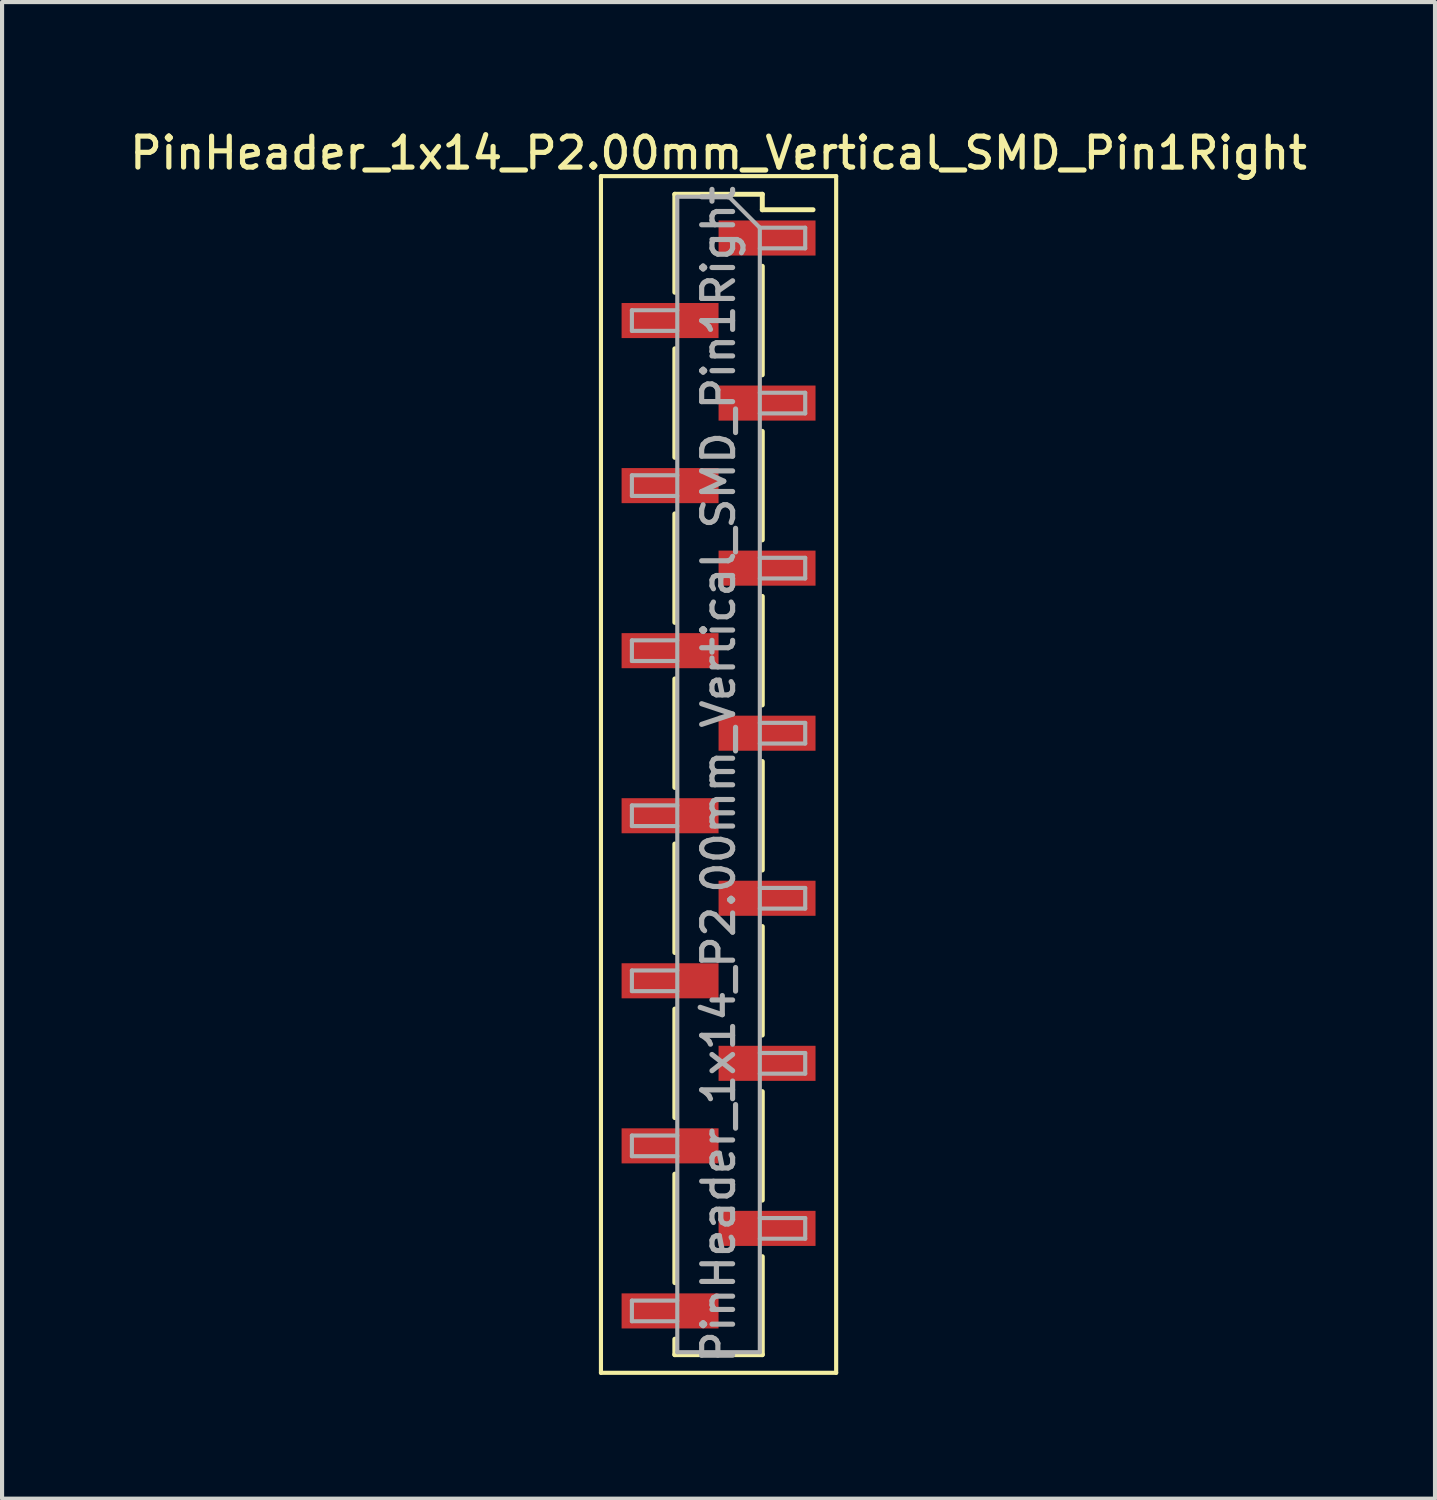
<source format=kicad_pcb>
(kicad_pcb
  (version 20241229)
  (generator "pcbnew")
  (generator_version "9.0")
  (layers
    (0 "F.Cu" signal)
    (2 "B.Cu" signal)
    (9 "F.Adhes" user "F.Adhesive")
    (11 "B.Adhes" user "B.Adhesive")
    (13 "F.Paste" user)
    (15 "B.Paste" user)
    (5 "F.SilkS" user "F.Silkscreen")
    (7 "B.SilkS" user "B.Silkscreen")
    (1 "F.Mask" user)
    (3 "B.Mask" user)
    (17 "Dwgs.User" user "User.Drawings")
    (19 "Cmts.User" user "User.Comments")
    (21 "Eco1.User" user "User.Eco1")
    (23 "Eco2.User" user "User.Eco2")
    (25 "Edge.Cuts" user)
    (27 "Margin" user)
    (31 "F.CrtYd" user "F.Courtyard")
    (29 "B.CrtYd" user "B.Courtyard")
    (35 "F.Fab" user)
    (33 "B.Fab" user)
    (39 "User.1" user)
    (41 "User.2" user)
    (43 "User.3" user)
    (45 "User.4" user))
  (footprint "PinHeader_1x14_P2.00mm_Vertical_SMD_Pin1Right"
    (layer "F.Cu")
    (at 14.363 15.718)
    (property "Reference" "PinHeader_1x14_P2.00mm_Vertical_SMD_Pin1Right" (at 0 -15.06 0) (layer "F.SilkS") (effects (font (size 0.75 0.75) (thickness 0.125))))
    (attr smd)
    (fp_line (start -2.85 -14.5) (end -2.85 14.5) (stroke (width 0.1) (type solid)) (layer "F.SilkS"))
    (fp_line (start -2.85 14.5) (end 2.85 14.5) (stroke (width 0.1) (type solid)) (layer "F.SilkS"))
    (fp_line (start -1.06 -14.06) (end -1.06 -11.685) (stroke (width 0.12) (type solid)) (layer "F.SilkS"))
    (fp_line (start -1.06 -14.06) (end 1.06 -14.06) (stroke (width 0.12) (type solid)) (layer "F.SilkS"))
    (fp_line (start -1.06 -10.315) (end -1.06 -7.685) (stroke (width 0.12) (type solid)) (layer "F.SilkS"))
    (fp_line (start -1.06 -6.315) (end -1.06 -3.685) (stroke (width 0.12) (type solid)) (layer "F.SilkS"))
    (fp_line (start -1.06 -2.315) (end -1.06 0.315) (stroke (width 0.12) (type solid)) (layer "F.SilkS"))
    (fp_line (start -1.06 1.685) (end -1.06 4.315) (stroke (width 0.12) (type solid)) (layer "F.SilkS"))
    (fp_line (start -1.06 5.685) (end -1.06 8.315) (stroke (width 0.12) (type solid)) (layer "F.SilkS"))
    (fp_line (start -1.06 9.685) (end -1.06 12.315) (stroke (width 0.12) (type solid)) (layer "F.SilkS"))
    (fp_line (start -1.06 13.685) (end -1.06 14.06) (stroke (width 0.12) (type solid)) (layer "F.SilkS"))
    (fp_line (start -1.06 14.06) (end 1.06 14.06) (stroke (width 0.12) (type solid)) (layer "F.SilkS"))
    (fp_line (start 1.06 -14.06) (end 1.06 -13.685) (stroke (width 0.12) (type solid)) (layer "F.SilkS"))
    (fp_line (start 1.06 -13.685) (end 2.29 -13.685) (stroke (width 0.12) (type solid)) (layer "F.SilkS"))
    (fp_line (start 1.06 -12.315) (end 1.06 -9.685) (stroke (width 0.12) (type solid)) (layer "F.SilkS"))
    (fp_line (start 1.06 -8.315) (end 1.06 -5.685) (stroke (width 0.12) (type solid)) (layer "F.SilkS"))
    (fp_line (start 1.06 -4.315) (end 1.06 -1.685) (stroke (width 0.12) (type solid)) (layer "F.SilkS"))
    (fp_line (start 1.06 -0.315) (end 1.06 2.315) (stroke (width 0.12) (type solid)) (layer "F.SilkS"))
    (fp_line (start 1.06 3.685) (end 1.06 6.315) (stroke (width 0.12) (type solid)) (layer "F.SilkS"))
    (fp_line (start 1.06 7.685) (end 1.06 10.315) (stroke (width 0.12) (type solid)) (layer "F.SilkS"))
    (fp_line (start 1.06 11.685) (end 1.06 14.06) (stroke (width 0.12) (type solid)) (layer "F.SilkS"))
    (fp_line (start 2.85 -14.5) (end -2.85 -14.5) (stroke (width 0.1) (type solid)) (layer "F.SilkS"))
    (fp_line (start 2.85 14.5) (end 2.85 -14.5) (stroke (width 0.1) (type solid)) (layer "F.SilkS"))
    (fp_line (start -2.1 -11.25) (end -2.1 -10.75) (stroke (width 0.1) (type solid)) (layer "F.Fab"))
    (fp_line (start -2.1 -10.75) (end -1 -10.75) (stroke (width 0.1) (type solid)) (layer "F.Fab"))
    (fp_line (start -2.1 -7.25) (end -2.1 -6.75) (stroke (width 0.1) (type solid)) (layer "F.Fab"))
    (fp_line (start -2.1 -6.75) (end -1 -6.75) (stroke (width 0.1) (type solid)) (layer "F.Fab"))
    (fp_line (start -2.1 -3.25) (end -2.1 -2.75) (stroke (width 0.1) (type solid)) (layer "F.Fab"))
    (fp_line (start -2.1 -2.75) (end -1 -2.75) (stroke (width 0.1) (type solid)) (layer "F.Fab"))
    (fp_line (start -2.1 0.75) (end -2.1 1.25) (stroke (width 0.1) (type solid)) (layer "F.Fab"))
    (fp_line (start -2.1 1.25) (end -1 1.25) (stroke (width 0.1) (type solid)) (layer "F.Fab"))
    (fp_line (start -2.1 4.75) (end -2.1 5.25) (stroke (width 0.1) (type solid)) (layer "F.Fab"))
    (fp_line (start -2.1 5.25) (end -1 5.25) (stroke (width 0.1) (type solid)) (layer "F.Fab"))
    (fp_line (start -2.1 8.75) (end -2.1 9.25) (stroke (width 0.1) (type solid)) (layer "F.Fab"))
    (fp_line (start -2.1 9.25) (end -1 9.25) (stroke (width 0.1) (type solid)) (layer "F.Fab"))
    (fp_line (start -2.1 12.75) (end -2.1 13.25) (stroke (width 0.1) (type solid)) (layer "F.Fab"))
    (fp_line (start -2.1 13.25) (end -1 13.25) (stroke (width 0.1) (type solid)) (layer "F.Fab"))
    (fp_line (start -1 -14) (end -1 14) (stroke (width 0.1) (type solid)) (layer "F.Fab"))
    (fp_line (start -1 -14) (end 0.25 -14) (stroke (width 0.1) (type solid)) (layer "F.Fab"))
    (fp_line (start -1 -11.25) (end -2.1 -11.25) (stroke (width 0.1) (type solid)) (layer "F.Fab"))
    (fp_line (start -1 -7.25) (end -2.1 -7.25) (stroke (width 0.1) (type solid)) (layer "F.Fab"))
    (fp_line (start -1 -3.25) (end -2.1 -3.25) (stroke (width 0.1) (type solid)) (layer "F.Fab"))
    (fp_line (start -1 0.75) (end -2.1 0.75) (stroke (width 0.1) (type solid)) (layer "F.Fab"))
    (fp_line (start -1 4.75) (end -2.1 4.75) (stroke (width 0.1) (type solid)) (layer "F.Fab"))
    (fp_line (start -1 8.75) (end -2.1 8.75) (stroke (width 0.1) (type solid)) (layer "F.Fab"))
    (fp_line (start -1 12.75) (end -2.1 12.75) (stroke (width 0.1) (type solid)) (layer "F.Fab"))
    (fp_line (start 1 -13.25) (end 0.25 -14) (stroke (width 0.1) (type solid)) (layer "F.Fab"))
    (fp_line (start 1 -13.25) (end 2.1 -13.25) (stroke (width 0.1) (type solid)) (layer "F.Fab"))
    (fp_line (start 1 -9.25) (end 2.1 -9.25) (stroke (width 0.1) (type solid)) (layer "F.Fab"))
    (fp_line (start 1 -5.25) (end 2.1 -5.25) (stroke (width 0.1) (type solid)) (layer "F.Fab"))
    (fp_line (start 1 -1.25) (end 2.1 -1.25) (stroke (width 0.1) (type solid)) (layer "F.Fab"))
    (fp_line (start 1 2.75) (end 2.1 2.75) (stroke (width 0.1) (type solid)) (layer "F.Fab"))
    (fp_line (start 1 6.75) (end 2.1 6.75) (stroke (width 0.1) (type solid)) (layer "F.Fab"))
    (fp_line (start 1 10.75) (end 2.1 10.75) (stroke (width 0.1) (type solid)) (layer "F.Fab"))
    (fp_line (start 1 14) (end -1 14) (stroke (width 0.1) (type solid)) (layer "F.Fab"))
    (fp_line (start 1 14) (end 1 -13.25) (stroke (width 0.1) (type solid)) (layer "F.Fab"))
    (fp_line (start 2.1 -13.25) (end 2.1 -12.75) (stroke (width 0.1) (type solid)) (layer "F.Fab"))
    (fp_line (start 2.1 -12.75) (end 1 -12.75) (stroke (width 0.1) (type solid)) (layer "F.Fab"))
    (fp_line (start 2.1 -9.25) (end 2.1 -8.75) (stroke (width 0.1) (type solid)) (layer "F.Fab"))
    (fp_line (start 2.1 -8.75) (end 1 -8.75) (stroke (width 0.1) (type solid)) (layer "F.Fab"))
    (fp_line (start 2.1 -5.25) (end 2.1 -4.75) (stroke (width 0.1) (type solid)) (layer "F.Fab"))
    (fp_line (start 2.1 -4.75) (end 1 -4.75) (stroke (width 0.1) (type solid)) (layer "F.Fab"))
    (fp_line (start 2.1 -1.25) (end 2.1 -0.75) (stroke (width 0.1) (type solid)) (layer "F.Fab"))
    (fp_line (start 2.1 -0.75) (end 1 -0.75) (stroke (width 0.1) (type solid)) (layer "F.Fab"))
    (fp_line (start 2.1 2.75) (end 2.1 3.25) (stroke (width 0.1) (type solid)) (layer "F.Fab"))
    (fp_line (start 2.1 3.25) (end 1 3.25) (stroke (width 0.1) (type solid)) (layer "F.Fab"))
    (fp_line (start 2.1 6.75) (end 2.1 7.25) (stroke (width 0.1) (type solid)) (layer "F.Fab"))
    (fp_line (start 2.1 7.25) (end 1 7.25) (stroke (width 0.1) (type solid)) (layer "F.Fab"))
    (fp_line (start 2.1 10.75) (end 2.1 11.25) (stroke (width 0.1) (type solid)) (layer "F.Fab"))
    (fp_line (start 2.1 11.25) (end 1 11.25) (stroke (width 0.1) (type solid)) (layer "F.Fab"))
    (fp_text user "${REFERENCE}" (at 0 0 90) (layer "F.Fab") (effects (font (size 0.75 0.75) (thickness 0.125))))
    (pad "1" smd rect (at 1.175 -13) (size 2.35 0.85) (layers "F.Cu" "F.Mask" "F.Paste"))
    (pad "2" smd rect (at -1.175 -11) (size 2.35 0.85) (layers "F.Cu" "F.Mask" "F.Paste"))
    (pad "3" smd rect (at 1.175 -9) (size 2.35 0.85) (layers "F.Cu" "F.Mask" "F.Paste"))
    (pad "4" smd rect (at -1.175 -7) (size 2.35 0.85) (layers "F.Cu" "F.Mask" "F.Paste"))
    (pad "5" smd rect (at 1.175 -5) (size 2.35 0.85) (layers "F.Cu" "F.Mask" "F.Paste"))
    (pad "6" smd rect (at -1.175 -3) (size 2.35 0.85) (layers "F.Cu" "F.Mask" "F.Paste"))
    (pad "7" smd rect (at 1.175 -1) (size 2.35 0.85) (layers "F.Cu" "F.Mask" "F.Paste"))
    (pad "8" smd rect (at -1.175 1) (size 2.35 0.85) (layers "F.Cu" "F.Mask" "F.Paste"))
    (pad "9" smd rect (at 1.175 3) (size 2.35 0.85) (layers "F.Cu" "F.Mask" "F.Paste"))
    (pad "10" smd rect (at -1.175 5) (size 2.35 0.85) (layers "F.Cu" "F.Mask" "F.Paste"))
    (pad "11" smd rect (at 1.175 7) (size 2.35 0.85) (layers "F.Cu" "F.Mask" "F.Paste"))
    (pad "12" smd rect (at -1.175 9) (size 2.35 0.85) (layers "F.Cu" "F.Mask" "F.Paste"))
    (pad "13" smd rect (at 1.175 11) (size 2.35 0.85) (layers "F.Cu" "F.Mask" "F.Paste"))
    (pad "14" smd rect (at -1.175 13) (size 2.35 0.85) (layers "F.Cu" "F.Mask" "F.Paste")))
  (gr_rect
    (start -3 -3)
    (end 31.725 33.268)
    (stroke (width 0.1) (type default))
    (fill no)
    (layer "Edge.Cuts")))
</source>
